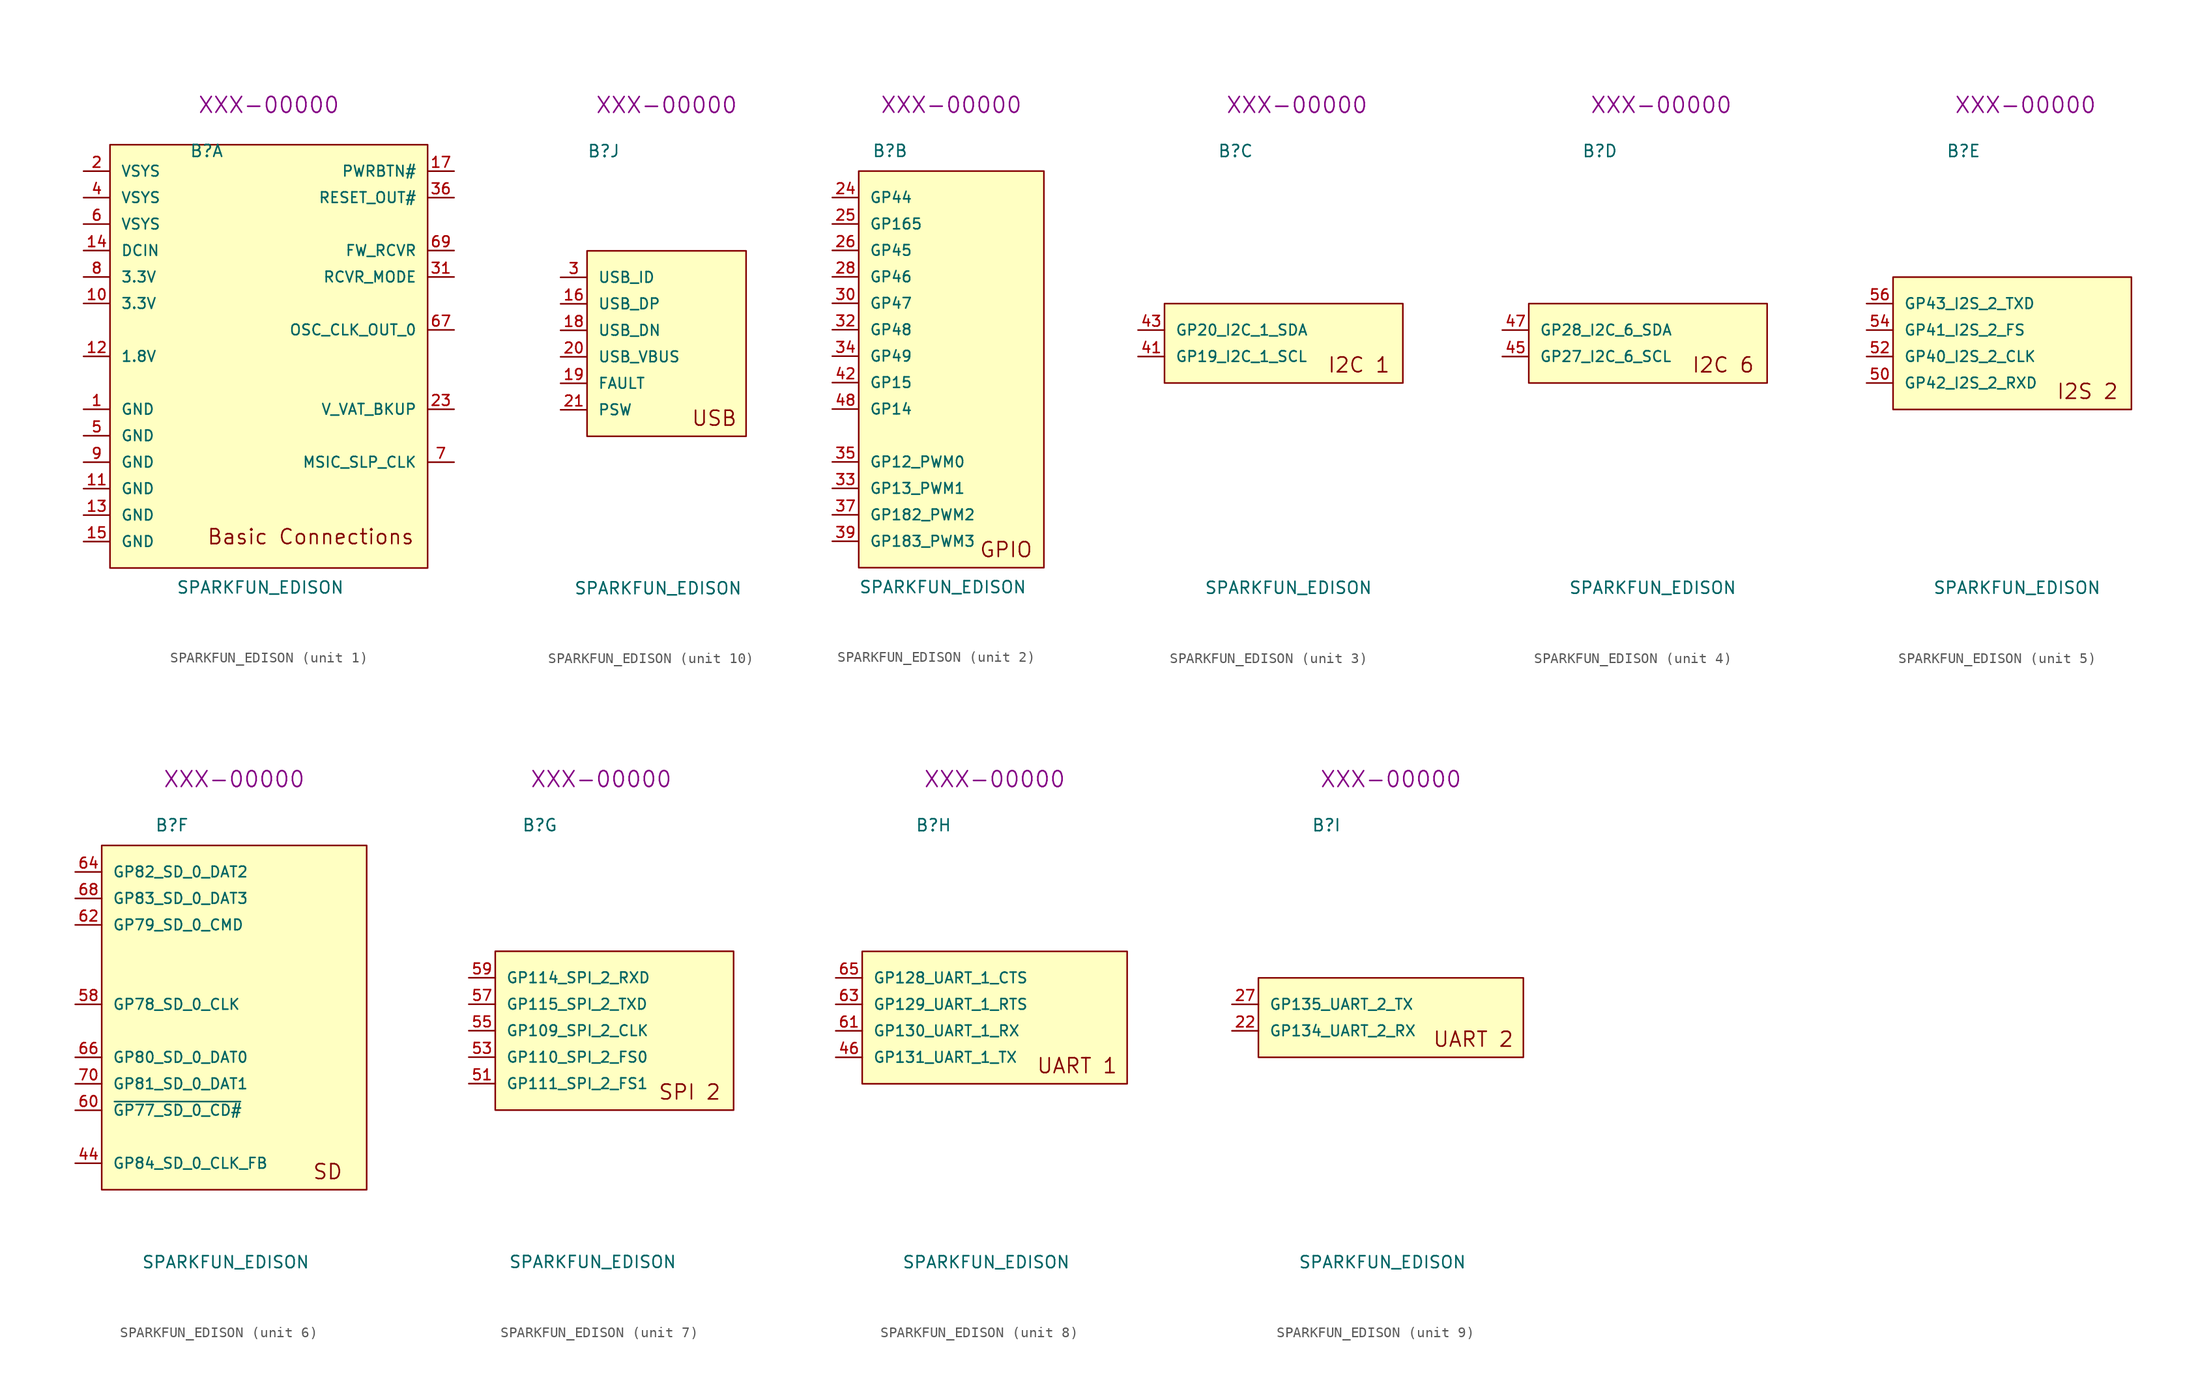
<source format=kicad_sym>
(kicad_symbol_lib
  (version 20211014)
  (generator kicad_symbol_editor)
  (symbol "SPARKFUN_EDISON"
    (pin_names
      (offset 1.016))
    (property "Reference" "B"
      (at -7.62 19.05 0)
      (effects (font (size 1.143 1.143)) (justify left bottom)))
    (property "Value" "SPARKFUN_EDISON"
      (at -8.89 -22.86 0)
      (effects (font (size 1.143 1.143)) (justify left bottom)))
    (property "Field4" "XXX-00000"
      (at 0 24.13 0)
      (effects (font (size 1.524 1.524))))
    (property "ki_locked" ""
      (at 0 0 0)
      (effects (font (size 1.27 1.27))))
    (symbol "SPARKFUN_EDISON_1_0"
      (text "Basic Connections" (at 4.013 -17.323 0) (effects (font (size 1.422 1.422)))))
    (symbol "SPARKFUN_EDISON_1_1"
      (polyline (pts (xy -15.24 20.32) (xy 15.24 20.32) (xy 15.24 -20.32) (xy -15.24 -20.32) (xy -15.24 20.32)) (stroke (width 0) (type default) (color 0 0 0 0)) (fill (type background)))
      (pin power_in line (at -17.78 -5.08 0) (length 2.54) (name "GND" (effects (font (size 1.016 1.016)))) (number "1" (effects (font (size 1.016 1.016)))))
      (pin power_in line (at -17.78 5.08 0) (length 2.54) (name "3.3V" (effects (font (size 1.016 1.016)))) (number "10" (effects (font (size 1.016 1.016)))))
      (pin power_in line (at -17.78 -12.7 0) (length 2.54) (name "GND" (effects (font (size 1.016 1.016)))) (number "11" (effects (font (size 1.016 1.016)))))
      (pin power_in line (at -17.78 0 0) (length 2.54) (name "1.8V" (effects (font (size 1.016 1.016)))) (number "12" (effects (font (size 1.016 1.016)))))
      (pin power_in line (at -17.78 -15.24 0) (length 2.54) (name "GND" (effects (font (size 1.016 1.016)))) (number "13" (effects (font (size 1.016 1.016)))))
      (pin power_in line (at -17.78 10.16 0) (length 2.54) (name "DCIN" (effects (font (size 1.016 1.016)))) (number "14" (effects (font (size 1.016 1.016)))))
      (pin power_in line (at -17.78 -17.78 0) (length 2.54) (name "GND" (effects (font (size 1.016 1.016)))) (number "15" (effects (font (size 1.016 1.016)))))
      (pin bidirectional line (at 17.78 17.78 180) (length 2.54) (name "PWRBTN#" (effects (font (size 1.016 1.016)))) (number "17" (effects (font (size 1.016 1.016)))))
      (pin power_in line (at -17.78 17.78 0) (length 2.54) (name "VSYS" (effects (font (size 1.016 1.016)))) (number "2" (effects (font (size 1.016 1.016)))))
      (pin power_in line (at 17.78 -5.08 180) (length 2.54) (name "V_VAT_BKUP" (effects (font (size 1.016 1.016)))) (number "23" (effects (font (size 1.016 1.016)))))
      (pin bidirectional line (at 17.78 7.62 180) (length 2.54) (name "RCVR_MODE" (effects (font (size 1.016 1.016)))) (number "31" (effects (font (size 1.016 1.016)))))
      (pin bidirectional line (at 17.78 15.24 180) (length 2.54) (name "RESET_OUT#" (effects (font (size 1.016 1.016)))) (number "36" (effects (font (size 1.016 1.016)))))
      (pin power_in line (at -17.78 15.24 0) (length 2.54) (name "VSYS" (effects (font (size 1.016 1.016)))) (number "4" (effects (font (size 1.016 1.016)))))
      (pin power_in line (at -17.78 -7.62 0) (length 2.54) (name "GND" (effects (font (size 1.016 1.016)))) (number "5" (effects (font (size 1.016 1.016)))))
      (pin power_in line (at -17.78 12.7 0) (length 2.54) (name "VSYS" (effects (font (size 1.016 1.016)))) (number "6" (effects (font (size 1.016 1.016)))))
      (pin bidirectional line (at 17.78 2.54 180) (length 2.54) (name "OSC_CLK_OUT_0" (effects (font (size 1.016 1.016)))) (number "67" (effects (font (size 1.016 1.016)))))
      (pin bidirectional line (at 17.78 10.16 180) (length 2.54) (name "FW_RCVR" (effects (font (size 1.016 1.016)))) (number "69" (effects (font (size 1.016 1.016)))))
      (pin bidirectional line (at 17.78 -10.16 180) (length 2.54) (name "MSIC_SLP_CLK" (effects (font (size 1.016 1.016)))) (number "7" (effects (font (size 1.016 1.016)))))
      (pin power_in line (at -17.78 7.62 0) (length 2.54) (name "3.3V" (effects (font (size 1.016 1.016)))) (number "8" (effects (font (size 1.016 1.016)))))
      (pin power_in line (at -17.78 -10.16 0) (length 2.54) (name "GND" (effects (font (size 1.016 1.016)))) (number "9" (effects (font (size 1.016 1.016))))))
    (symbol "SPARKFUN_EDISON_2_0"
      (text "GPIO" (at 5.258 -18.593 0) (effects (font (size 1.422 1.422)))))
    (symbol "SPARKFUN_EDISON_2_1"
      (polyline (pts (xy -8.89 17.78) (xy 8.89 17.78) (xy 8.89 -20.32) (xy -8.89 -20.32) (xy -8.89 17.78)) (stroke (width 0) (type default) (color 0 0 0 0)) (fill (type background)))
      (pin bidirectional line (at -11.43 15.24 0) (length 2.54) (name "GP44" (effects (font (size 1.016 1.016)))) (number "24" (effects (font (size 1.016 1.016)))))
      (pin bidirectional line (at -11.43 12.7 0) (length 2.54) (name "GP165" (effects (font (size 1.016 1.016)))) (number "25" (effects (font (size 1.016 1.016)))))
      (pin bidirectional line (at -11.43 10.16 0) (length 2.54) (name "GP45" (effects (font (size 1.016 1.016)))) (number "26" (effects (font (size 1.016 1.016)))))
      (pin bidirectional line (at -11.43 7.62 0) (length 2.54) (name "GP46" (effects (font (size 1.016 1.016)))) (number "28" (effects (font (size 1.016 1.016)))))
      (pin bidirectional line (at -11.43 5.08 0) (length 2.54) (name "GP47" (effects (font (size 1.016 1.016)))) (number "30" (effects (font (size 1.016 1.016)))))
      (pin bidirectional line (at -11.43 2.54 0) (length 2.54) (name "GP48" (effects (font (size 1.016 1.016)))) (number "32" (effects (font (size 1.016 1.016)))))
      (pin bidirectional line (at -11.43 -12.7 0) (length 2.54) (name "GP13_PWM1" (effects (font (size 1.016 1.016)))) (number "33" (effects (font (size 1.016 1.016)))))
      (pin bidirectional line (at -11.43 0 0) (length 2.54) (name "GP49" (effects (font (size 1.016 1.016)))) (number "34" (effects (font (size 1.016 1.016)))))
      (pin bidirectional line (at -11.43 -10.16 0) (length 2.54) (name "GP12_PWM0" (effects (font (size 1.016 1.016)))) (number "35" (effects (font (size 1.016 1.016)))))
      (pin bidirectional line (at -11.43 -15.24 0) (length 2.54) (name "GP182_PWM2" (effects (font (size 1.016 1.016)))) (number "37" (effects (font (size 1.016 1.016)))))
      (pin bidirectional line (at -11.43 -17.78 0) (length 2.54) (name "GP183_PWM3" (effects (font (size 1.016 1.016)))) (number "39" (effects (font (size 1.016 1.016)))))
      (pin bidirectional line (at -11.43 -2.54 0) (length 2.54) (name "GP15" (effects (font (size 1.016 1.016)))) (number "42" (effects (font (size 1.016 1.016)))))
      (pin bidirectional line (at -11.43 -5.08 0) (length 2.54) (name "GP14" (effects (font (size 1.016 1.016)))) (number "48" (effects (font (size 1.016 1.016))))))
    (symbol "SPARKFUN_EDISON_3_0"
      (text "I2C 1" (at 5.944 -0.813 0) (effects (font (size 1.422 1.422)))))
    (symbol "SPARKFUN_EDISON_3_1"
      (polyline (pts (xy -12.7 5.08) (xy 10.16 5.08) (xy 10.16 -2.54) (xy -12.7 -2.54) (xy -12.7 5.08)) (stroke (width 0) (type default) (color 0 0 0 0)) (fill (type background)))
      (pin bidirectional line (at -15.24 0 0) (length 2.54) (name "GP19_I2C_1_SCL" (effects (font (size 1.016 1.016)))) (number "41" (effects (font (size 1.016 1.016)))))
      (pin bidirectional line (at -15.24 2.54 0) (length 2.54) (name "GP20_I2C_1_SDA" (effects (font (size 1.016 1.016)))) (number "43" (effects (font (size 1.016 1.016))))))
    (symbol "SPARKFUN_EDISON_4_0"
      (text "I2C 6" (at 5.944 -0.813 0) (effects (font (size 1.422 1.422)))))
    (symbol "SPARKFUN_EDISON_4_1"
      (polyline (pts (xy -12.7 5.08) (xy 10.16 5.08) (xy 10.16 -2.54) (xy -12.7 -2.54) (xy -12.7 5.08)) (stroke (width 0) (type default) (color 0 0 0 0)) (fill (type background)))
      (pin bidirectional line (at -15.24 0 0) (length 2.54) (name "GP27_I2C_6_SCL" (effects (font (size 1.016 1.016)))) (number "45" (effects (font (size 1.016 1.016)))))
      (pin bidirectional line (at -15.24 2.54 0) (length 2.54) (name "GP28_I2C_6_SDA" (effects (font (size 1.016 1.016)))) (number "47" (effects (font (size 1.016 1.016))))))
    (symbol "SPARKFUN_EDISON_5_0"
      (text "I2S 2" (at 5.944 -3.353 0) (effects (font (size 1.422 1.422)))))
    (symbol "SPARKFUN_EDISON_5_1"
      (polyline (pts (xy -12.7 7.62) (xy 10.16 7.62) (xy 10.16 -5.08) (xy -12.7 -5.08) (xy -12.7 7.62)) (stroke (width 0) (type default) (color 0 0 0 0)) (fill (type background)))
      (pin bidirectional line (at -15.24 -2.54 0) (length 2.54) (name "GP42_I2S_2_RXD" (effects (font (size 1.016 1.016)))) (number "50" (effects (font (size 1.016 1.016)))))
      (pin bidirectional line (at -15.24 0 0) (length 2.54) (name "GP40_I2S_2_CLK" (effects (font (size 1.016 1.016)))) (number "52" (effects (font (size 1.016 1.016)))))
      (pin bidirectional line (at -15.24 2.54 0) (length 2.54) (name "GP41_I2S_2_FS" (effects (font (size 1.016 1.016)))) (number "54" (effects (font (size 1.016 1.016)))))
      (pin bidirectional line (at -15.24 5.08 0) (length 2.54) (name "GP43_I2S_2_TXD" (effects (font (size 1.016 1.016)))) (number "56" (effects (font (size 1.016 1.016))))))
    (symbol "SPARKFUN_EDISON_6_0"
      (text "SD" (at 8.966 -13.513 0) (effects (font (size 1.422 1.422)))))
    (symbol "SPARKFUN_EDISON_6_1"
      (polyline (pts (xy -12.7 17.78) (xy 12.7 17.78) (xy 12.7 -15.24) (xy -12.7 -15.24) (xy -12.7 17.78)) (stroke (width 0) (type default) (color 0 0 0 0)) (fill (type background)))
      (pin bidirectional line (at -15.24 -12.7 0) (length 2.54) (name "GP84_SD_0_CLK_FB" (effects (font (size 1.016 1.016)))) (number "44" (effects (font (size 1.016 1.016)))))
      (pin bidirectional line (at -15.24 2.54 0) (length 2.54) (name "GP78_SD_0_CLK" (effects (font (size 1.016 1.016)))) (number "58" (effects (font (size 1.016 1.016)))))
      (pin bidirectional line (at -15.24 -7.62 0) (length 2.54) (name "~{GP77_SD_0_CD#}" (effects (font (size 1.016 1.016)))) (number "60" (effects (font (size 1.016 1.016)))))
      (pin bidirectional line (at -15.24 10.16 0) (length 2.54) (name "GP79_SD_0_CMD" (effects (font (size 1.016 1.016)))) (number "62" (effects (font (size 1.016 1.016)))))
      (pin bidirectional line (at -15.24 15.24 0) (length 2.54) (name "GP82_SD_0_DAT2" (effects (font (size 1.016 1.016)))) (number "64" (effects (font (size 1.016 1.016)))))
      (pin bidirectional line (at -15.24 -2.54 0) (length 2.54) (name "GP80_SD_0_DAT0" (effects (font (size 1.016 1.016)))) (number "66" (effects (font (size 1.016 1.016)))))
      (pin bidirectional line (at -15.24 12.7 0) (length 2.54) (name "GP83_SD_0_DAT3" (effects (font (size 1.016 1.016)))) (number "68" (effects (font (size 1.016 1.016)))))
      (pin bidirectional line (at -15.24 -5.08 0) (length 2.54) (name "GP81_SD_0_DAT1" (effects (font (size 1.016 1.016)))) (number "70" (effects (font (size 1.016 1.016))))))
    (symbol "SPARKFUN_EDISON_7_0"
      (text "SPI 2" (at 8.484 -5.893 0) (effects (font (size 1.422 1.422)))))
    (symbol "SPARKFUN_EDISON_7_1"
      (polyline (pts (xy -10.16 7.62) (xy 12.7 7.62) (xy 12.7 -7.62) (xy -10.16 -7.62) (xy -10.16 7.62)) (stroke (width 0) (type default) (color 0 0 0 0)) (fill (type background)))
      (pin bidirectional line (at -12.7 -5.08 0) (length 2.54) (name "GP111_SPI_2_FS1" (effects (font (size 1.016 1.016)))) (number "51" (effects (font (size 1.016 1.016)))))
      (pin bidirectional line (at -12.7 -2.54 0) (length 2.54) (name "GP110_SPI_2_FS0" (effects (font (size 1.016 1.016)))) (number "53" (effects (font (size 1.016 1.016)))))
      (pin bidirectional line (at -12.7 0 0) (length 2.54) (name "GP109_SPI_2_CLK" (effects (font (size 1.016 1.016)))) (number "55" (effects (font (size 1.016 1.016)))))
      (pin bidirectional line (at -12.7 2.54 0) (length 2.54) (name "GP115_SPI_2_TXD" (effects (font (size 1.016 1.016)))) (number "57" (effects (font (size 1.016 1.016)))))
      (pin bidirectional line (at -12.7 5.08 0) (length 2.54) (name "GP114_SPI_2_RXD" (effects (font (size 1.016 1.016)))) (number "59" (effects (font (size 1.016 1.016))))))
    (symbol "SPARKFUN_EDISON_8_0"
      (text "UART 1" (at 7.899 -3.353 0) (effects (font (size 1.422 1.422)))))
    (symbol "SPARKFUN_EDISON_8_1"
      (polyline (pts (xy -12.7 7.62) (xy 12.7 7.62) (xy 12.7 -5.08) (xy -12.7 -5.08) (xy -12.7 7.62)) (stroke (width 0) (type default) (color 0 0 0 0)) (fill (type background)))
      (pin bidirectional line (at -15.24 -2.54 0) (length 2.54) (name "GP131_UART_1_TX" (effects (font (size 1.016 1.016)))) (number "46" (effects (font (size 1.016 1.016)))))
      (pin bidirectional line (at -15.24 0 0) (length 2.54) (name "GP130_UART_1_RX" (effects (font (size 1.016 1.016)))) (number "61" (effects (font (size 1.016 1.016)))))
      (pin bidirectional line (at -15.24 2.54 0) (length 2.54) (name "GP129_UART_1_RTS" (effects (font (size 1.016 1.016)))) (number "63" (effects (font (size 1.016 1.016)))))
      (pin bidirectional line (at -15.24 5.08 0) (length 2.54) (name "GP128_UART_1_CTS" (effects (font (size 1.016 1.016)))) (number "65" (effects (font (size 1.016 1.016))))))
    (symbol "SPARKFUN_EDISON_9_0"
      (text "UART 2" (at 7.899 -0.813 0) (effects (font (size 1.422 1.422)))))
    (symbol "SPARKFUN_EDISON_9_1"
      (polyline (pts (xy -12.7 5.08) (xy 12.7 5.08) (xy 12.7 -2.54) (xy -12.7 -2.54) (xy -12.7 5.08)) (stroke (width 0) (type default) (color 0 0 0 0)) (fill (type background)))
      (pin bidirectional line (at -15.24 0 0) (length 2.54) (name "GP134_UART_2_RX" (effects (font (size 1.016 1.016)))) (number "22" (effects (font (size 1.016 1.016)))))
      (pin bidirectional line (at -15.24 2.54 0) (length 2.54) (name "GP135_UART_2_TX" (effects (font (size 1.016 1.016)))) (number "27" (effects (font (size 1.016 1.016))))))
    (symbol "SPARKFUN_EDISON_10_0"
      (text "USB" (at 4.572 -5.893 0) (effects (font (size 1.422 1.422)))))
    (symbol "SPARKFUN_EDISON_10_1"
      (polyline (pts (xy -7.62 10.16) (xy 7.62 10.16) (xy 7.62 -7.62) (xy -7.62 -7.62) (xy -7.62 10.16)) (stroke (width 0) (type default) (color 0 0 0 0)) (fill (type background)))
      (pin bidirectional line (at -10.16 5.08 0) (length 2.54) (name "USB_DP" (effects (font (size 1.016 1.016)))) (number "16" (effects (font (size 1.016 1.016)))))
      (pin bidirectional line (at -10.16 2.54 0) (length 2.54) (name "USB_DN" (effects (font (size 1.016 1.016)))) (number "18" (effects (font (size 1.016 1.016)))))
      (pin bidirectional line (at -10.16 -2.54 0) (length 2.54) (name "FAULT" (effects (font (size 1.016 1.016)))) (number "19" (effects (font (size 1.016 1.016)))))
      (pin bidirectional line (at -10.16 0 0) (length 2.54) (name "USB_VBUS" (effects (font (size 1.016 1.016)))) (number "20" (effects (font (size 1.016 1.016)))))
      (pin bidirectional line (at -10.16 -5.08 0) (length 2.54) (name "PSW" (effects (font (size 1.016 1.016)))) (number "21" (effects (font (size 1.016 1.016)))))
      (pin bidirectional line (at -10.16 7.62 0) (length 2.54) (name "USB_ID" (effects (font (size 1.016 1.016)))) (number "3" (effects (font (size 1.016 1.016))))))))
</source>
